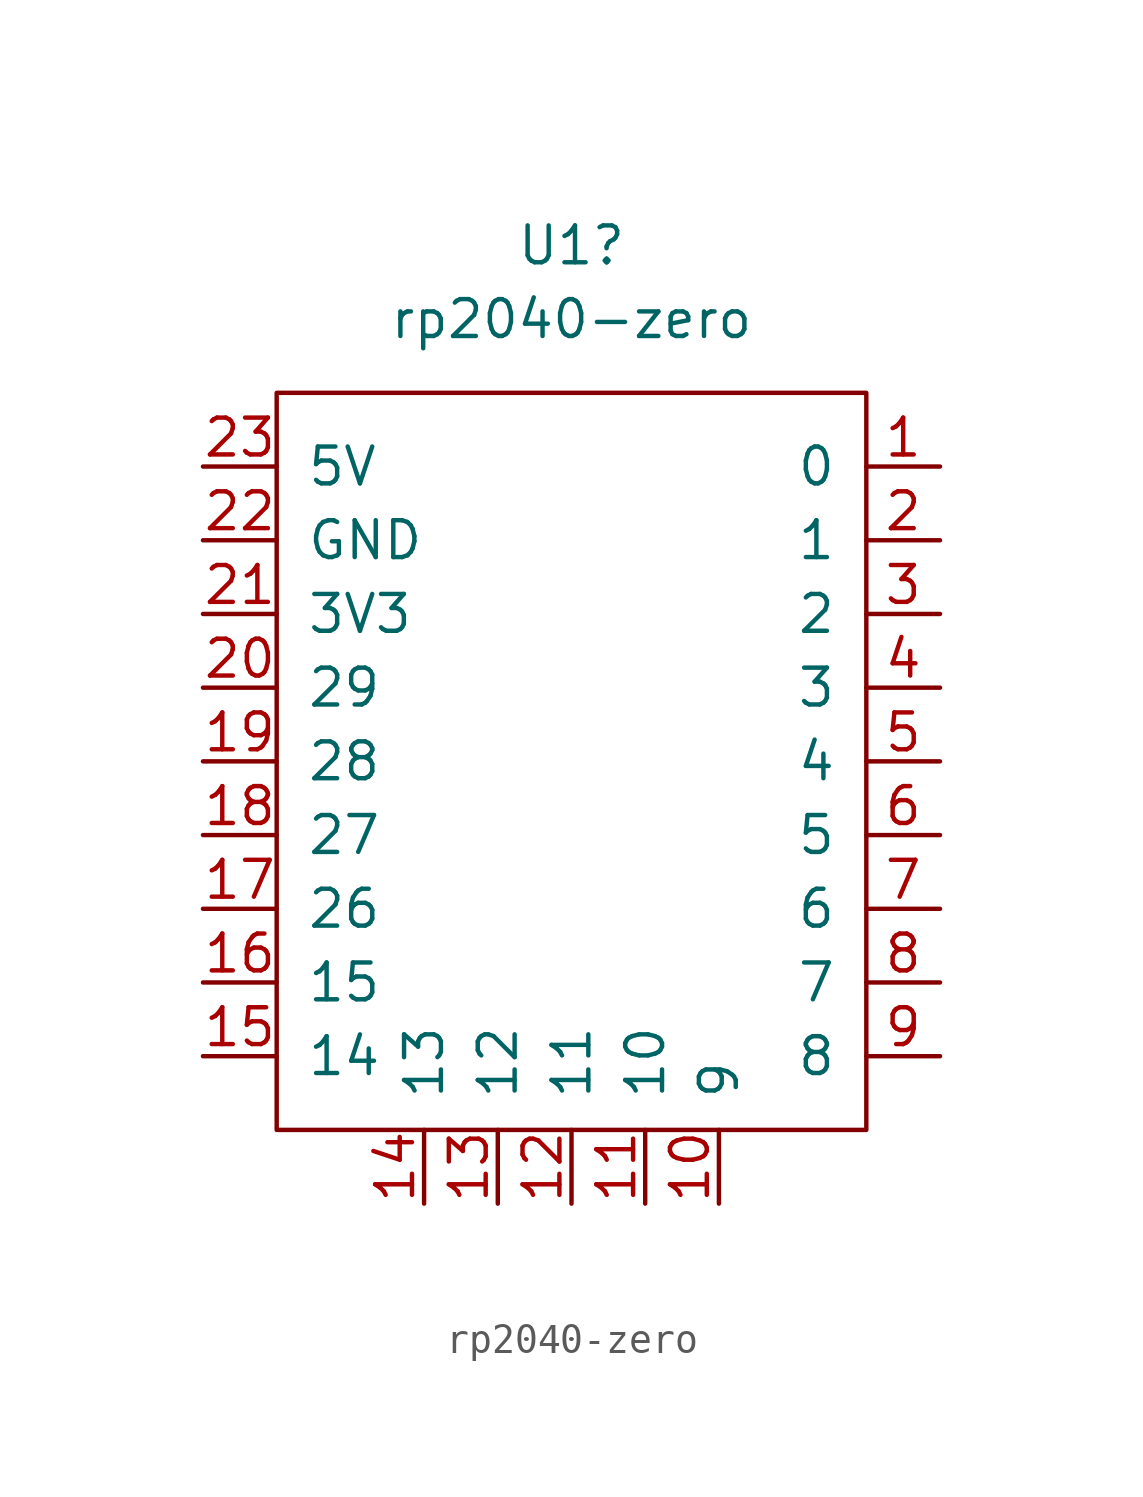
<source format=kicad_sym>
(kicad_symbol_lib
  (version 20220914)
  (generator kicad_symbol_editor)
  (symbol "rp2040-zero"
    (pin_names
      (offset 1.016))
    (property "Reference" "U1"
      (at 0 16.51 0)
      (effects (font (size 1.27 1.27))))
    (property "Value" "rp2040-zero"
      (at 0 13.97 0)
      (effects (font (size 1.27 1.27))))
    (symbol "rp2040-zero_0_1"
      (rectangle (start -10.16 11.43) (end 10.16 -13.97) (stroke (width 0) (type default)) (fill (type none))))
    (symbol "rp2040-zero_1_1"
      (pin bidirectional line (at 12.7 8.89 180) (length 2.54) (name "0" (effects (font (size 1.27 1.27)))) (number "1" (effects (font (size 1.27 1.27)))))
      (pin bidirectional line (at 5.08 -16.51 90) (length 2.54) (name "9" (effects (font (size 1.27 1.27)))) (number "10" (effects (font (size 1.27 1.27)))))
      (pin bidirectional line (at 2.54 -16.51 90) (length 2.54) (name "10" (effects (font (size 1.27 1.27)))) (number "11" (effects (font (size 1.27 1.27)))))
      (pin bidirectional line (at 0 -16.51 90) (length 2.54) (name "11" (effects (font (size 1.27 1.27)))) (number "12" (effects (font (size 1.27 1.27)))))
      (pin bidirectional line (at -2.54 -16.51 90) (length 2.54) (name "12" (effects (font (size 1.27 1.27)))) (number "13" (effects (font (size 1.27 1.27)))))
      (pin bidirectional line (at -5.08 -16.51 90) (length 2.54) (name "13" (effects (font (size 1.27 1.27)))) (number "14" (effects (font (size 1.27 1.27)))))
      (pin bidirectional line (at -12.7 -11.43 0) (length 2.54) (name "14" (effects (font (size 1.27 1.27)))) (number "15" (effects (font (size 1.27 1.27)))))
      (pin bidirectional line (at -12.7 -8.89 0) (length 2.54) (name "15" (effects (font (size 1.27 1.27)))) (number "16" (effects (font (size 1.27 1.27)))))
      (pin bidirectional line (at -12.7 -6.35 0) (length 2.54) (name "26" (effects (font (size 1.27 1.27)))) (number "17" (effects (font (size 1.27 1.27)))))
      (pin bidirectional line (at -12.7 -3.81 0) (length 2.54) (name "27" (effects (font (size 1.27 1.27)))) (number "18" (effects (font (size 1.27 1.27)))))
      (pin bidirectional line (at -12.7 -1.27 0) (length 2.54) (name "28" (effects (font (size 1.27 1.27)))) (number "19" (effects (font (size 1.27 1.27)))))
      (pin bidirectional line (at 12.7 6.35 180) (length 2.54) (name "1" (effects (font (size 1.27 1.27)))) (number "2" (effects (font (size 1.27 1.27)))))
      (pin bidirectional line (at -12.7 1.27 0) (length 2.54) (name "29" (effects (font (size 1.27 1.27)))) (number "20" (effects (font (size 1.27 1.27)))))
      (pin power_out line (at -12.7 3.81 0) (length 2.54) (name "3V3" (effects (font (size 1.27 1.27)))) (number "21" (effects (font (size 1.27 1.27)))))
      (pin power_out line (at -12.7 6.35 0) (length 2.54) (name "GND" (effects (font (size 1.27 1.27)))) (number "22" (effects (font (size 1.27 1.27)))))
      (pin power_out line (at -12.7 8.89 0) (length 2.54) (name "5V" (effects (font (size 1.27 1.27)))) (number "23" (effects (font (size 1.27 1.27)))))
      (pin bidirectional line (at 12.7 3.81 180) (length 2.54) (name "2" (effects (font (size 1.27 1.27)))) (number "3" (effects (font (size 1.27 1.27)))))
      (pin bidirectional line (at 12.7 1.27 180) (length 2.54) (name "3" (effects (font (size 1.27 1.27)))) (number "4" (effects (font (size 1.27 1.27)))))
      (pin bidirectional line (at 12.7 -1.27 180) (length 2.54) (name "4" (effects (font (size 1.27 1.27)))) (number "5" (effects (font (size 1.27 1.27)))))
      (pin bidirectional line (at 12.7 -3.81 180) (length 2.54) (name "5" (effects (font (size 1.27 1.27)))) (number "6" (effects (font (size 1.27 1.27)))))
      (pin bidirectional line (at 12.7 -6.35 180) (length 2.54) (name "6" (effects (font (size 1.27 1.27)))) (number "7" (effects (font (size 1.27 1.27)))))
      (pin bidirectional line (at 12.7 -8.89 180) (length 2.54) (name "7" (effects (font (size 1.27 1.27)))) (number "8" (effects (font (size 1.27 1.27)))))
      (pin bidirectional line (at 12.7 -11.43 180) (length 2.54) (name "8" (effects (font (size 1.27 1.27)))) (number "9" (effects (font (size 1.27 1.27))))))))
</source>
